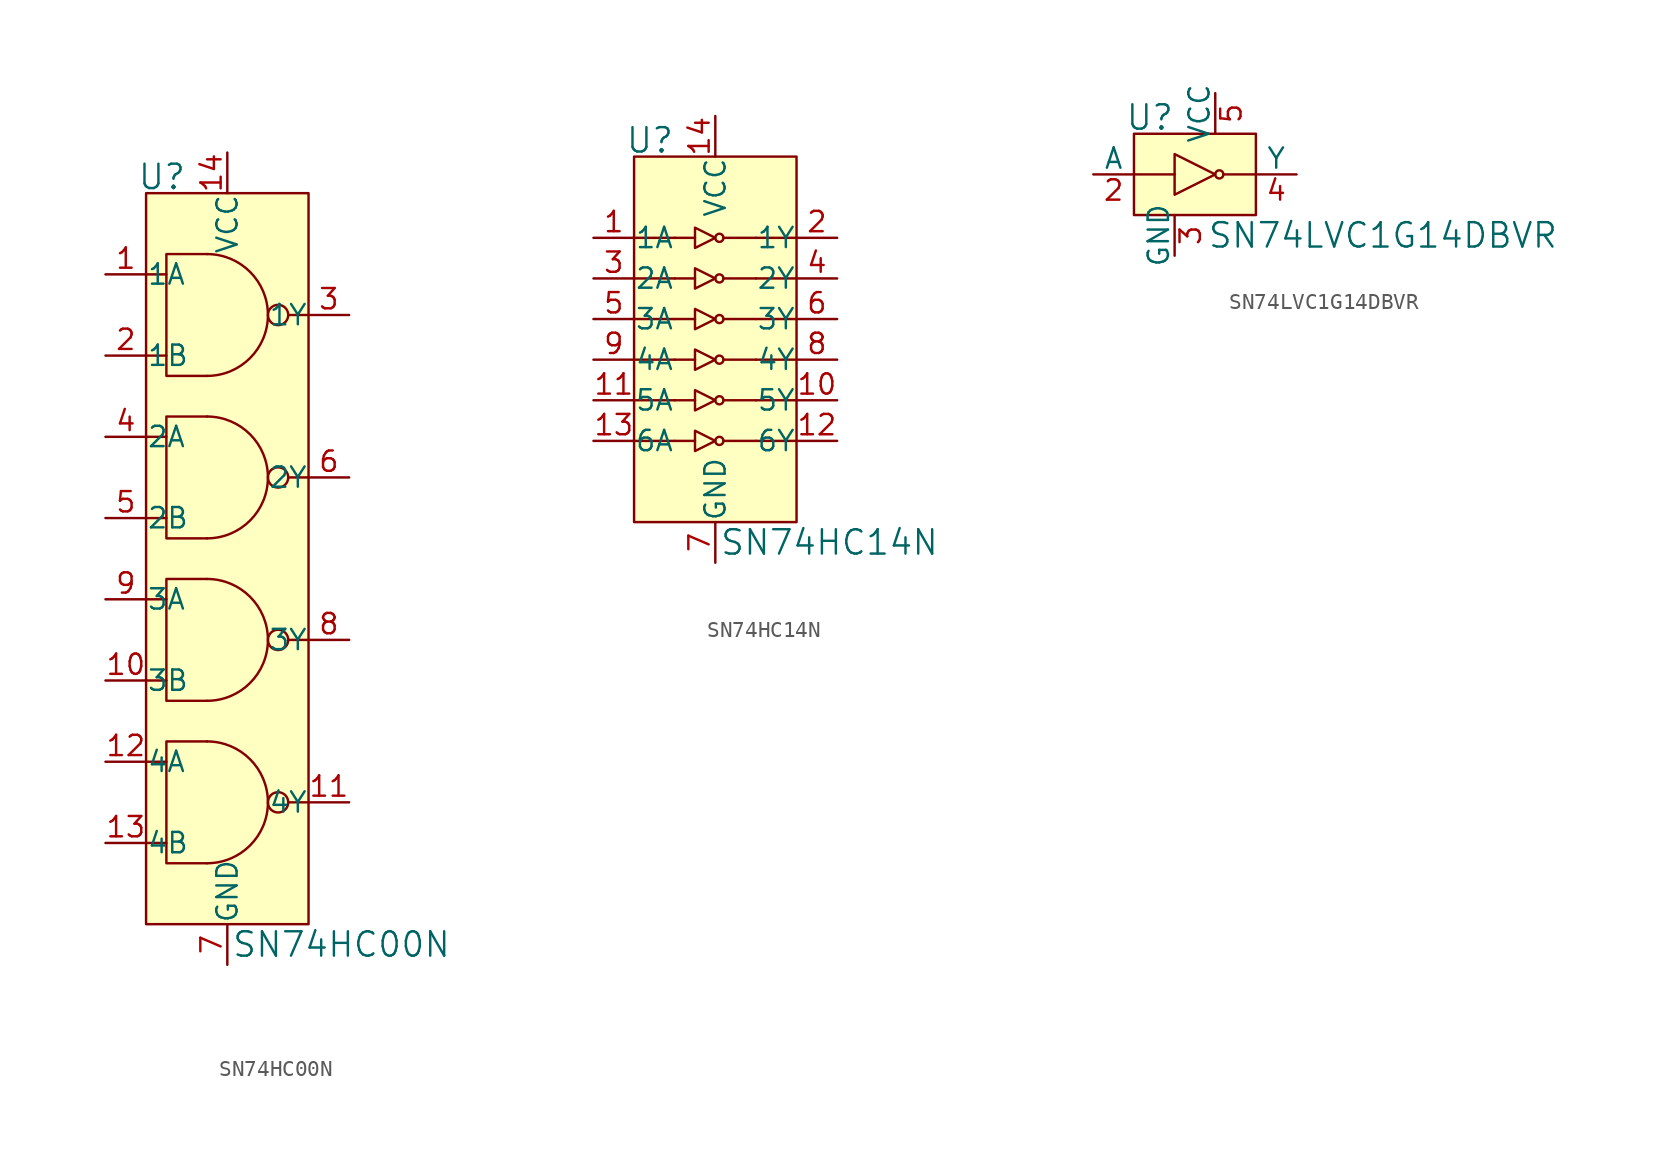
<source format=kicad_sym>
(kicad_symbol_lib
  (version 20231120)
  (generator "kicad_symbol_editor")
  (generator_version "8.0")
  (symbol "SN74HC00N"
    (pin_names
      (offset 0.025))
    (property "Reference" "U"
      (at -2.54 23.876 0)
      (effects (font (size 1.524 1.524)) (justify right)))
    (property "Value" "SN74HC00N"
      (at 0.254 -24.13 0)
      (effects (font (size 1.524 1.524)) (justify left)))
    (symbol "SN74HC00N_0_1"
      (rectangle (start -5.08 22.86) (end 5.08 -22.86) (stroke (width 0) (type solid)) (fill (type background)))
      (arc (start -1.27 -19.05) (mid 2.54 -15.24) (end -1.27 -11.43) (stroke (width 0) (type solid)) (fill (type background)))
      (arc (start -1.27 -8.89) (mid 2.54 -5.08) (end -1.27 -1.27) (stroke (width 0) (type solid)) (fill (type background)))
      (arc (start -1.27 1.27) (mid 2.54 5.08) (end -1.27 8.89) (stroke (width 0) (type solid)) (fill (type background)))
      (arc (start -1.27 11.43) (mid 2.54 15.24) (end -1.27 19.05) (stroke (width 0) (type solid)) (fill (type background)))
      (polyline (pts (xy -5.08 -17.78) (xy -3.81 -17.78)) (stroke (width 0) (type solid)) (fill (type none)))
      (polyline (pts (xy -5.08 -7.62) (xy -3.81 -7.62)) (stroke (width 0) (type solid)) (fill (type none)))
      (polyline (pts (xy -5.08 2.54) (xy -3.81 2.54)) (stroke (width 0) (type solid)) (fill (type none)))
      (polyline (pts (xy -5.08 12.7) (xy -3.81 12.7)) (stroke (width 0) (type solid)) (fill (type none)))
      (polyline (pts (xy -3.81 -12.7) (xy -5.08 -12.7)) (stroke (width 0) (type solid)) (fill (type none)))
      (polyline (pts (xy -3.81 -2.54) (xy -5.08 -2.54)) (stroke (width 0) (type solid)) (fill (type none)))
      (polyline (pts (xy -3.81 7.62) (xy -5.08 7.62)) (stroke (width 0) (type solid)) (fill (type none)))
      (polyline (pts (xy -3.81 17.78) (xy -5.08 17.78)) (stroke (width 0) (type solid)) (fill (type none)))
      (polyline (pts (xy 3.81 -15.24) (xy 5.08 -15.24)) (stroke (width 0) (type solid)) (fill (type none)))
      (polyline (pts (xy 3.81 5.08) (xy 5.08 5.08)) (stroke (width 0) (type solid)) (fill (type none)))
      (polyline (pts (xy 5.08 -5.08) (xy 3.81 -5.08)) (stroke (width 0) (type solid)) (fill (type none)))
      (polyline (pts (xy 5.08 15.24) (xy 3.81 15.24)) (stroke (width 0) (type solid)) (fill (type none)))
      (polyline (pts (xy -1.27 -11.43) (xy -3.81 -11.43) (xy -3.81 -19.05) (xy -1.27 -19.05)) (stroke (width 0) (type solid)) (fill (type background)))
      (polyline (pts (xy -1.27 -1.27) (xy -3.81 -1.27) (xy -3.81 -8.89) (xy -1.27 -8.89)) (stroke (width 0) (type solid)) (fill (type background)))
      (polyline (pts (xy -1.27 8.89) (xy -3.81 8.89) (xy -3.81 1.27) (xy -1.27 1.27)) (stroke (width 0) (type solid)) (fill (type background)))
      (polyline (pts (xy -1.27 19.05) (xy -3.81 19.05) (xy -3.81 11.43) (xy -1.27 11.43)) (stroke (width 0) (type solid)) (fill (type background)))
      (circle (center 3.175 -15.24) (radius 0.635) (stroke (width 0) (type solid)) (fill (type background)))
      (circle (center 3.175 -5.08) (radius 0.635) (stroke (width 0) (type solid)) (fill (type background)))
      (circle (center 3.175 5.08) (radius 0.635) (stroke (width 0) (type solid)) (fill (type background)))
      (circle (center 3.175 15.24) (radius 0.635) (stroke (width 0) (type solid)) (fill (type background))))
    (symbol "SN74HC00N_1_1"
      (pin input line (at -7.62 17.78 0) (length 2.54) (name "1A" (effects (font (size 1.27 1.27)))) (number "1" (effects (font (size 1.27 1.27)))))
      (pin input line (at -7.62 -7.62 0) (length 2.54) (name "3B" (effects (font (size 1.27 1.27)))) (number "10" (effects (font (size 1.27 1.27)))))
      (pin output line (at 7.62 -15.24 180) (length 2.54) (name "4Y" (effects (font (size 1.27 1.27)))) (number "11" (effects (font (size 1.27 1.27)))))
      (pin input line (at -7.62 -12.7 0) (length 2.54) (name "4A" (effects (font (size 1.27 1.27)))) (number "12" (effects (font (size 1.27 1.27)))))
      (pin input line (at -7.62 -17.78 0) (length 2.54) (name "4B" (effects (font (size 1.27 1.27)))) (number "13" (effects (font (size 1.27 1.27)))))
      (pin power_in line (at 0 25.4 270) (length 2.54) (name "VCC" (effects (font (size 1.27 1.27)))) (number "14" (effects (font (size 1.27 1.27)))))
      (pin input line (at -7.62 12.7 0) (length 2.54) (name "1B" (effects (font (size 1.27 1.27)))) (number "2" (effects (font (size 1.27 1.27)))))
      (pin output line (at 7.62 15.24 180) (length 2.54) (name "1Y" (effects (font (size 1.27 1.27)))) (number "3" (effects (font (size 1.27 1.27)))))
      (pin input line (at -7.62 7.62 0) (length 2.54) (name "2A" (effects (font (size 1.27 1.27)))) (number "4" (effects (font (size 1.27 1.27)))))
      (pin input line (at -7.62 2.54 0) (length 2.54) (name "2B" (effects (font (size 1.27 1.27)))) (number "5" (effects (font (size 1.27 1.27)))))
      (pin output line (at 7.62 5.08 180) (length 2.54) (name "2Y" (effects (font (size 1.27 1.27)))) (number "6" (effects (font (size 1.27 1.27)))))
      (pin power_in line (at 0 -25.4 90) (length 2.54) (name "GND" (effects (font (size 1.27 1.27)))) (number "7" (effects (font (size 1.27 1.27)))))
      (pin output line (at 7.62 -5.08 180) (length 2.54) (name "3Y" (effects (font (size 1.27 1.27)))) (number "8" (effects (font (size 1.27 1.27)))))
      (pin input line (at -7.62 -2.54 0) (length 2.54) (name "3A" (effects (font (size 1.27 1.27)))) (number "9" (effects (font (size 1.27 1.27)))))))
  (symbol "SN74HC14N"
    (pin_names
      (offset 0.025))
    (property "Reference" "U"
      (at -2.54 13.716 0)
      (effects (font (size 1.524 1.524)) (justify right)))
    (property "Value" "SN74HC14N"
      (at 0.254 -11.43 0)
      (effects (font (size 1.524 1.524)) (justify left)))
    (symbol "SN74HC14N_0_1"
      (rectangle (start -5.08 12.7) (end 5.08 -10.16) (stroke (width 0) (type solid)) (fill (type background)))
      (polyline (pts (xy -2.54 -5.08) (xy -5.08 -5.08)) (stroke (width 0) (type solid)) (fill (type none)))
      (polyline (pts (xy -2.54 -2.54) (xy -5.08 -2.54)) (stroke (width 0) (type solid)) (fill (type none)))
      (polyline (pts (xy -2.54 -2.54) (xy -1.27 -2.54)) (stroke (width 0) (type solid)) (fill (type none)))
      (polyline (pts (xy -2.54 0) (xy -5.08 0)) (stroke (width 0) (type solid)) (fill (type none)))
      (polyline (pts (xy -2.54 2.54) (xy -5.08 2.54)) (stroke (width 0) (type solid)) (fill (type none)))
      (polyline (pts (xy -2.54 2.54) (xy -1.27 2.54)) (stroke (width 0) (type solid)) (fill (type none)))
      (polyline (pts (xy -2.54 5.08) (xy -5.08 5.08)) (stroke (width 0) (type solid)) (fill (type none)))
      (polyline (pts (xy -2.54 7.62) (xy -5.08 7.62)) (stroke (width 0) (type solid)) (fill (type none)))
      (polyline (pts (xy -1.27 -5.08) (xy -2.54 -5.08)) (stroke (width 0) (type solid)) (fill (type none)))
      (polyline (pts (xy -1.27 0) (xy -2.54 0)) (stroke (width 0) (type solid)) (fill (type none)))
      (polyline (pts (xy -1.27 5.08) (xy -2.54 5.08)) (stroke (width 0) (type solid)) (fill (type none)))
      (polyline (pts (xy -1.27 7.62) (xy -2.54 7.62)) (stroke (width 0) (type solid)) (fill (type none)))
      (polyline (pts (xy 0.508 -5.08) (xy 2.54 -5.08)) (stroke (width 0) (type solid)) (fill (type none)))
      (polyline (pts (xy 0.508 0) (xy 2.54 0)) (stroke (width 0) (type solid)) (fill (type none)))
      (polyline (pts (xy 0.508 2.54) (xy 2.54 2.54)) (stroke (width 0) (type solid)) (fill (type none)))
      (polyline (pts (xy 0.508 5.08) (xy 2.54 5.08)) (stroke (width 0) (type solid)) (fill (type none)))
      (polyline (pts (xy 2.54 -2.54) (xy 0.508 -2.54)) (stroke (width 0) (type solid)) (fill (type none)))
      (polyline (pts (xy 2.54 7.62) (xy 0.508 7.62)) (stroke (width 0) (type solid)) (fill (type none)))
      (polyline (pts (xy 5.08 -5.08) (xy 2.54 -5.08)) (stroke (width 0) (type solid)) (fill (type none)))
      (polyline (pts (xy 5.08 -2.54) (xy 2.54 -2.54)) (stroke (width 0) (type solid)) (fill (type none)))
      (polyline (pts (xy 5.08 0) (xy 2.54 0)) (stroke (width 0) (type solid)) (fill (type none)))
      (polyline (pts (xy 5.08 2.54) (xy 2.54 2.54)) (stroke (width 0) (type solid)) (fill (type none)))
      (polyline (pts (xy 5.08 5.08) (xy 2.54 5.08)) (stroke (width 0) (type solid)) (fill (type none)))
      (polyline (pts (xy 5.08 7.62) (xy 2.54 7.62)) (stroke (width 0) (type solid)) (fill (type none)))
      (polyline (pts (xy -1.27 -4.445) (xy -1.27 -5.715) (xy 0 -5.08) (xy -1.27 -4.445)) (stroke (width 0) (type solid)) (fill (type none)))
      (polyline (pts (xy -1.27 -1.905) (xy -1.27 -3.175) (xy 0 -2.54) (xy -1.27 -1.905)) (stroke (width 0) (type solid)) (fill (type none)))
      (polyline (pts (xy -1.27 0.635) (xy -1.27 -0.635) (xy 0 0) (xy -1.27 0.635)) (stroke (width 0) (type solid)) (fill (type none)))
      (polyline (pts (xy -1.27 3.175) (xy -1.27 1.905) (xy 0 2.54) (xy -1.27 3.175)) (stroke (width 0) (type solid)) (fill (type none)))
      (polyline (pts (xy -1.27 5.715) (xy -1.27 4.445) (xy 0 5.08) (xy -1.27 5.715)) (stroke (width 0) (type solid)) (fill (type none)))
      (polyline (pts (xy -1.27 8.255) (xy -1.27 6.985) (xy 0 7.62) (xy -1.27 8.255)) (stroke (width 0) (type solid)) (fill (type none)))
      (circle (center 0.254 -5.08) (radius 0.254) (stroke (width 0) (type solid)) (fill (type none)))
      (circle (center 0.254 -2.54) (radius 0.254) (stroke (width 0) (type solid)) (fill (type none)))
      (circle (center 0.254 0) (radius 0.254) (stroke (width 0) (type solid)) (fill (type none)))
      (circle (center 0.254 2.54) (radius 0.254) (stroke (width 0) (type solid)) (fill (type none)))
      (circle (center 0.254 5.08) (radius 0.254) (stroke (width 0) (type solid)) (fill (type none)))
      (circle (center 0.254 7.62) (radius 0.254) (stroke (width 0) (type solid)) (fill (type none))))
    (symbol "SN74HC14N_1_1"
      (pin input line (at -7.62 7.62 0) (length 2.54) (name "1A" (effects (font (size 1.27 1.27)))) (number "1" (effects (font (size 1.27 1.27)))))
      (pin output line (at 7.62 -2.54 180) (length 2.54) (name "5Y" (effects (font (size 1.27 1.27)))) (number "10" (effects (font (size 1.27 1.27)))))
      (pin input line (at -7.62 -2.54 0) (length 2.54) (name "5A" (effects (font (size 1.27 1.27)))) (number "11" (effects (font (size 1.27 1.27)))))
      (pin output line (at 7.62 -5.08 180) (length 2.54) (name "6Y" (effects (font (size 1.27 1.27)))) (number "12" (effects (font (size 1.27 1.27)))))
      (pin input line (at -7.62 -5.08 0) (length 2.54) (name "6A" (effects (font (size 1.27 1.27)))) (number "13" (effects (font (size 1.27 1.27)))))
      (pin power_in line (at 0 15.24 270) (length 2.54) (name "VCC" (effects (font (size 1.27 1.27)))) (number "14" (effects (font (size 1.27 1.27)))))
      (pin output line (at 7.62 7.62 180) (length 2.54) (name "1Y" (effects (font (size 1.27 1.27)))) (number "2" (effects (font (size 1.27 1.27)))))
      (pin input line (at -7.62 5.08 0) (length 2.54) (name "2A" (effects (font (size 1.27 1.27)))) (number "3" (effects (font (size 1.27 1.27)))))
      (pin output line (at 7.62 5.08 180) (length 2.54) (name "2Y" (effects (font (size 1.27 1.27)))) (number "4" (effects (font (size 1.27 1.27)))))
      (pin input line (at -7.62 2.54 0) (length 2.54) (name "3A" (effects (font (size 1.27 1.27)))) (number "5" (effects (font (size 1.27 1.27)))))
      (pin output line (at 7.62 2.54 180) (length 2.54) (name "3Y" (effects (font (size 1.27 1.27)))) (number "6" (effects (font (size 1.27 1.27)))))
      (pin power_in line (at 0 -12.7 90) (length 2.54) (name "GND" (effects (font (size 1.27 1.27)))) (number "7" (effects (font (size 1.27 1.27)))))
      (pin output line (at 7.62 0 180) (length 2.54) (name "4Y" (effects (font (size 1.27 1.27)))) (number "8" (effects (font (size 1.27 1.27)))))
      (pin input line (at -7.62 0 0) (length 2.54) (name "4A" (effects (font (size 1.27 1.27)))) (number "9" (effects (font (size 1.27 1.27)))))))
  (symbol "SN74LVC1G14DBVR"
    (pin_names
      (offset 0))
    (property "Reference" "U"
      (at -2.54 3.556 0)
      (effects (font (size 1.524 1.524)) (justify right)))
    (property "Value" "SN74LVC1G14DBVR"
      (at -0.508 -3.81 0)
      (effects (font (size 1.524 1.524)) (justify left)))
    (symbol "SN74LVC1G14DBVR_0_1"
      (rectangle (start -5.08 2.54) (end 2.54 -2.54) (stroke (width 0) (type solid)) (fill (type background)))
      (polyline (pts (xy -2.54 0) (xy -5.08 0)) (stroke (width 0) (type solid)) (fill (type none)))
      (polyline (pts (xy 2.54 0) (xy 0.508 0)) (stroke (width 0) (type solid)) (fill (type none)))
      (polyline (pts (xy -2.54 1.27) (xy -2.54 -1.27) (xy 0 0) (xy -2.54 1.27)) (stroke (width 0) (type solid)) (fill (type none)))
      (circle (center 0.254 0) (radius 0.254) (stroke (width 0) (type solid)) (fill (type none))))
    (symbol "SN74LVC1G14DBVR_1_1"
      (pin no_connect line (at -2.54 0 0) (length 2.54) hide (name "NC" (effects (font (size 1.27 1.27)))) (number "1" (effects (font (size 1.27 1.27)))))
      (pin input line (at -7.62 0 0) (length 2.54) (name "A" (effects (font (size 1.27 1.27)))) (number "2" (effects (font (size 1.27 1.27)))))
      (pin power_in line (at -2.54 -5.08 90) (length 2.54) (name "GND" (effects (font (size 1.27 1.27)))) (number "3" (effects (font (size 1.27 1.27)))))
      (pin output line (at 5.08 0 180) (length 2.54) (name "Y" (effects (font (size 1.27 1.27)))) (number "4" (effects (font (size 1.27 1.27)))))
      (pin power_in line (at 0 5.08 270) (length 2.54) (name "VCC" (effects (font (size 1.27 1.27)))) (number "5" (effects (font (size 1.27 1.27))))))))
</source>
